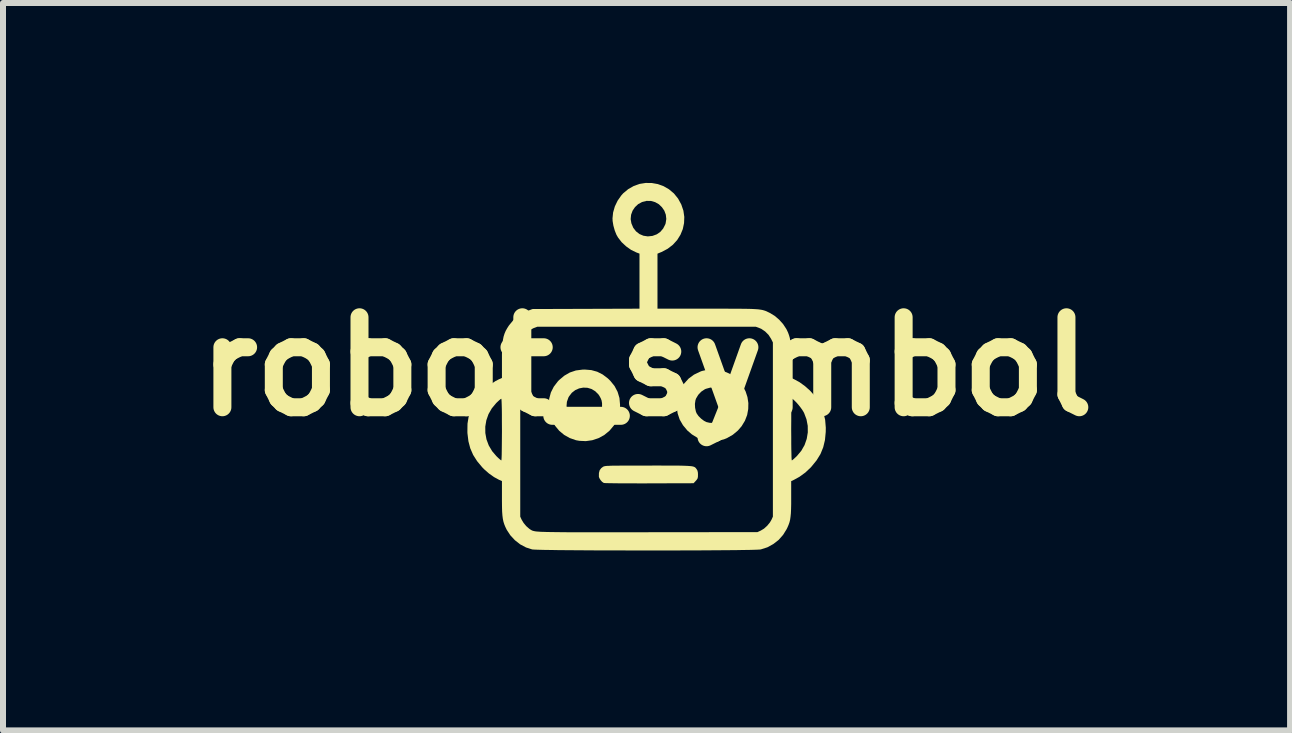
<source format=kicad_pcb>
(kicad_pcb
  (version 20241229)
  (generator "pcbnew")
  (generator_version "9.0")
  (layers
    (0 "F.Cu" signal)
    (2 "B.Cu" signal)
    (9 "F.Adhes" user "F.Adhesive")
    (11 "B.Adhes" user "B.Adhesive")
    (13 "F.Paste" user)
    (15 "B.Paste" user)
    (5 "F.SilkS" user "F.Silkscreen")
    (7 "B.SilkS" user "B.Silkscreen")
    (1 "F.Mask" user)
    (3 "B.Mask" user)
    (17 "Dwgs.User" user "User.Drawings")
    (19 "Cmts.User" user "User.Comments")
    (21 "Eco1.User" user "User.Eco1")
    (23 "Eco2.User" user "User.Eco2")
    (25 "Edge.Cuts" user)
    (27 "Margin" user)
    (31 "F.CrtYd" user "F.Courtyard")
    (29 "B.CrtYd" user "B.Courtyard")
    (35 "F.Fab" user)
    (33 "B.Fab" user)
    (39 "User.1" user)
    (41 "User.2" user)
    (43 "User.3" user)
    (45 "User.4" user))
  (footprint "robot_symbol"
    (layer "F.Cu")
    (at 7.729 3.061)
    (property "Reference" "robot_symbol" (at 0 0 0) (layer "F.SilkS") (effects (font (size 1.5 1.5) (thickness 0.3))))
    (attr board_only exclude_from_pos_files exclude_from_bom)
    (fp_poly (pts (xy 0.301 1.651) (xy 0.409 1.651) (xy 0.499 1.651) (xy 0.575 1.652) (xy 0.636 1.654) (xy 0.686 1.656) (xy 0.725 1.659) (xy 0.755 1.662) (xy 0.778 1.667) (xy 0.795 1.673) (xy 0.807 1.68) (xy 0.817 1.688) (xy 0.825 1.698) (xy 0.834 1.71) (xy 0.835 1.711) (xy 0.849 1.736) (xy 0.856 1.77) (xy 0.857 1.802) (xy 0.856 1.84) (xy 0.85 1.866) (xy 0.835 1.889) (xy 0.821 1.905) (xy 0.784 1.945) (xy 0.046 1.947) (xy -0.078 1.948) (xy -0.196 1.947) (xy -0.307 1.947) (xy -0.408 1.947) (xy -0.498 1.946) (xy -0.574 1.945) (xy -0.636 1.944) (xy -0.681 1.943) (xy -0.707 1.941) (xy -0.714 1.94) (xy -0.742 1.921) (xy -0.768 1.891) (xy -0.788 1.858) (xy -0.795 1.835) (xy -0.794 1.774) (xy -0.782 1.729) (xy -0.757 1.695) (xy -0.726 1.671) (xy -0.718 1.667) (xy -0.709 1.664) (xy -0.698 1.661) (xy -0.681 1.658) (xy -0.659 1.656) (xy -0.629 1.655) (xy -0.59 1.653) (xy -0.539 1.652) (xy -0.477 1.652) (xy -0.4 1.651) (xy -0.308 1.651) (xy -0.198 1.651) (xy -0.07 1.651) (xy 0.03 1.651) (xy 0.176 1.65)) (stroke (width 0) (type solid)) (fill yes) (layer "F.SilkS"))
    (fp_poly (pts (xy -0.921 0.059) (xy -0.823 0.086) (xy -0.732 0.132) (xy -0.646 0.197) (xy -0.603 0.239) (xy -0.533 0.326) (xy -0.483 0.421) (xy -0.452 0.524) (xy -0.442 0.636) (xy -0.443 0.681) (xy -0.458 0.79) (xy -0.491 0.889) (xy -0.543 0.98) (xy -0.615 1.066) (xy -0.621 1.072) (xy -0.706 1.142) (xy -0.802 1.194) (xy -0.905 1.228) (xy -1.012 1.243) (xy -1.121 1.238) (xy -1.177 1.228) (xy -1.28 1.192) (xy -1.374 1.139) (xy -1.456 1.071) (xy -1.524 0.989) (xy -1.578 0.897) (xy -1.614 0.797) (xy -1.631 0.69) (xy -1.632 0.658) (xy -1.334 0.658) (xy -1.323 0.726) (xy -1.297 0.788) (xy -1.258 0.843) (xy -1.207 0.888) (xy -1.148 0.921) (xy -1.081 0.939) (xy -1.009 0.94) (xy -0.934 0.923) (xy -0.93 0.922) (xy -0.875 0.892) (xy -0.823 0.848) (xy -0.78 0.797) (xy -0.766 0.773) (xy -0.751 0.726) (xy -0.742 0.669) (xy -0.742 0.611) (xy -0.75 0.565) (xy -0.764 0.529) (xy -0.786 0.489) (xy -0.802 0.465) (xy -0.856 0.411) (xy -0.918 0.374) (xy -0.985 0.354) (xy -1.055 0.351) (xy -1.124 0.364) (xy -1.189 0.393) (xy -1.246 0.437) (xy -1.292 0.497) (xy -1.302 0.514) (xy -1.328 0.587) (xy -1.334 0.658) (xy -1.632 0.658) (xy -1.633 0.649) (xy -1.623 0.535) (xy -1.595 0.431) (xy -1.547 0.336) (xy -1.479 0.247) (xy -1.458 0.225) (xy -1.371 0.152) (xy -1.279 0.099) (xy -1.178 0.065) (xy -1.068 0.051) (xy -1.029 0.05)) (stroke (width 0) (type solid)) (fill yes) (layer "F.SilkS"))
    (fp_poly (pts (xy 1.162 0.053) (xy 1.242 0.064) (xy 1.275 0.073) (xy 1.378 0.116) (xy 1.468 0.174) (xy 1.543 0.245) (xy 1.605 0.325) (xy 1.651 0.414) (xy 1.682 0.509) (xy 1.697 0.608) (xy 1.695 0.708) (xy 1.677 0.807) (xy 1.64 0.903) (xy 1.585 0.994) (xy 1.523 1.066) (xy 1.438 1.137) (xy 1.34 1.193) (xy 1.291 1.213) (xy 1.233 1.228) (xy 1.162 1.237) (xy 1.088 1.24) (xy 1.018 1.238) (xy 0.959 1.228) (xy 0.955 1.227) (xy 0.849 1.188) (xy 0.756 1.131) (xy 0.681 1.067) (xy 0.607 0.978) (xy 0.552 0.883) (xy 0.518 0.781) (xy 0.503 0.675) (xy 0.506 0.622) (xy 0.806 0.622) (xy 0.809 0.687) (xy 0.822 0.749) (xy 0.834 0.779) (xy 0.865 0.824) (xy 0.909 0.868) (xy 0.958 0.905) (xy 1 0.926) (xy 1.053 0.938) (xy 1.115 0.939) (xy 1.177 0.931) (xy 1.228 0.913) (xy 1.228 0.913) (xy 1.298 0.867) (xy 1.349 0.811) (xy 1.382 0.743) (xy 1.396 0.667) (xy 1.396 0.65) (xy 1.386 0.573) (xy 1.36 0.504) (xy 1.318 0.445) (xy 1.265 0.399) (xy 1.203 0.367) (xy 1.134 0.351) (xy 1.062 0.351) (xy 0.989 0.371) (xy 0.971 0.379) (xy 0.911 0.419) (xy 0.861 0.472) (xy 0.825 0.533) (xy 0.815 0.562) (xy 0.806 0.622) (xy 0.506 0.622) (xy 0.509 0.567) (xy 0.535 0.458) (xy 0.568 0.378) (xy 0.627 0.283) (xy 0.701 0.201) (xy 0.79 0.135) (xy 0.894 0.085) (xy 0.922 0.074) (xy 0.993 0.058) (xy 1.076 0.05)) (stroke (width 0) (type solid)) (fill yes) (layer "F.SilkS"))
    (fp_poly (pts (xy 0.087 -3.06) (xy 0.188 -3.042) (xy 0.284 -3.007) (xy 0.374 -2.955) (xy 0.455 -2.887) (xy 0.524 -2.802) (xy 0.525 -2.801) (xy 0.579 -2.702) (xy 0.614 -2.599) (xy 0.629 -2.495) (xy 0.625 -2.392) (xy 0.604 -2.292) (xy 0.565 -2.197) (xy 0.51 -2.109) (xy 0.438 -2.03) (xy 0.352 -1.964) (xy 0.251 -1.91) (xy 0.244 -1.908) (xy 0.182 -1.882) (xy 0.182 -1.423) (xy 0.182 -0.965) (xy 1.016 -0.965) (xy 1.175 -0.965) (xy 1.314 -0.965) (xy 1.434 -0.964) (xy 1.538 -0.964) (xy 1.627 -0.963) (xy 1.702 -0.962) (xy 1.765 -0.96) (xy 1.818 -0.957) (xy 1.861 -0.954) (xy 1.897 -0.949) (xy 1.928 -0.944) (xy 1.954 -0.937) (xy 1.977 -0.93) (xy 2 -0.921) (xy 2.022 -0.91) (xy 2.047 -0.898) (xy 2.057 -0.893) (xy 2.136 -0.845) (xy 2.211 -0.781) (xy 2.277 -0.707) (xy 2.329 -0.628) (xy 2.338 -0.611) (xy 2.359 -0.566) (xy 2.375 -0.522) (xy 2.388 -0.477) (xy 2.397 -0.427) (xy 2.404 -0.37) (xy 2.408 -0.301) (xy 2.411 -0.218) (xy 2.411 -0.118) (xy 2.411 -0.088) (xy 2.411 0.19) (xy 2.457 0.21) (xy 2.548 0.259) (xy 2.638 0.324) (xy 2.723 0.399) (xy 2.796 0.48) (xy 2.827 0.521) (xy 2.897 0.64) (xy 2.946 0.76) (xy 2.977 0.886) (xy 2.988 1.019) (xy 2.987 1.09) (xy 2.974 1.225) (xy 2.945 1.346) (xy 2.899 1.459) (xy 2.834 1.564) (xy 2.75 1.667) (xy 2.74 1.679) (xy 2.648 1.766) (xy 2.549 1.838) (xy 2.462 1.886) (xy 2.411 1.91) (xy 2.411 2.19) (xy 2.411 2.293) (xy 2.409 2.378) (xy 2.406 2.447) (xy 2.4 2.505) (xy 2.393 2.554) (xy 2.382 2.598) (xy 2.367 2.64) (xy 2.349 2.682) (xy 2.335 2.711) (xy 2.276 2.806) (xy 2.202 2.89) (xy 2.113 2.959) (xy 2.015 3.013) (xy 1.909 3.047) (xy 1.901 3.049) (xy 1.88 3.051) (xy 1.839 3.053) (xy 1.78 3.055) (xy 1.703 3.057) (xy 1.611 3.058) (xy 1.503 3.06) (xy 1.383 3.061) (xy 1.25 3.062) (xy 1.108 3.063) (xy 0.956 3.064) (xy 0.796 3.065) (xy 0.631 3.065) (xy 0.46 3.066) (xy 0.285 3.066) (xy 0.109 3.066) (xy -0.069 3.066) (xy -0.246 3.066) (xy -0.421 3.065) (xy -0.593 3.065) (xy -0.76 3.065) (xy -0.921 3.064) (xy -1.075 3.063) (xy -1.22 3.062) (xy -1.355 3.061) (xy -1.479 3.06) (xy -1.59 3.058) (xy -1.686 3.057) (xy -1.767 3.055) (xy -1.831 3.053) (xy -1.877 3.051) (xy -1.903 3.049) (xy -1.906 3.049) (xy -2.009 3.016) (xy -2.107 2.964) (xy -2.195 2.895) (xy -2.271 2.813) (xy -2.332 2.72) (xy -2.333 2.717) (xy -2.355 2.672) (xy -2.372 2.63) (xy -2.386 2.586) (xy -2.396 2.538) (xy -2.403 2.483) (xy -2.408 2.417) (xy -2.41 2.338) (xy -2.411 2.242) (xy -2.411 2.187) (xy -2.411 1.909) (xy -2.461 1.887) (xy -2.542 1.843) (xy -2.627 1.783) (xy -2.709 1.711) (xy -2.74 1.679) (xy -2.825 1.577) (xy -2.891 1.473) (xy -2.939 1.363) (xy -2.97 1.245) (xy -2.986 1.113) (xy -2.987 1.091) (xy -2.986 1.001) (xy -2.689 1.001) (xy -2.688 1.108) (xy -2.669 1.213) (xy -2.631 1.315) (xy -2.574 1.411) (xy -2.505 1.492) (xy -2.473 1.523) (xy -2.445 1.548) (xy -2.427 1.562) (xy -2.422 1.565) (xy -2.419 1.554) (xy -2.417 1.523) (xy -2.415 1.472) (xy -2.414 1.403) (xy -2.413 1.315) (xy -2.412 1.211) (xy -2.411 1.091) (xy -2.411 1.05) (xy -2.412 0.914) (xy -2.412 0.799) (xy -2.413 0.706) (xy -2.415 0.633) (xy -2.417 0.58) (xy -2.419 0.548) (xy -2.422 0.536) (xy -2.422 0.536) (xy -2.434 0.543) (xy -2.457 0.562) (xy -2.487 0.59) (xy -2.506 0.608) (xy -2.58 0.697) (xy -2.635 0.793) (xy -2.671 0.895) (xy -2.689 1.001) (xy -2.986 1.001) (xy -2.985 0.951) (xy -2.964 0.821) (xy -2.923 0.697) (xy -2.862 0.576) (xy -2.828 0.524) (xy -2.767 0.446) (xy -2.691 0.37) (xy -2.607 0.301) (xy -2.519 0.242) (xy -2.457 0.21) (xy -2.411 0.19) (xy -2.411 -0.088) (xy -2.411 -0.201) (xy -2.408 -0.296) (xy -2.403 -0.375) (xy -2.4 -0.402) (xy -2.106 -0.402) (xy -2.106 1.05) (xy -2.106 2.502) (xy -2.083 2.552) (xy -2.05 2.607) (xy -2.006 2.66) (xy -1.957 2.703) (xy -1.943 2.713) (xy -1.933 2.719) (xy -1.924 2.725) (xy -1.914 2.73) (xy -1.904 2.735) (xy -1.891 2.739) (xy -1.875 2.743) (xy -1.855 2.747) (xy -1.83 2.75) (xy -1.8 2.752) (xy -1.762 2.755) (xy -1.716 2.756) (xy -1.661 2.758) (xy -1.596 2.759) (xy -1.521 2.76) (xy -1.434 2.761) (xy -1.334 2.762) (xy -1.22 2.762) (xy -1.091 2.762) (xy -0.947 2.763) (xy -0.786 2.763) (xy -0.607 2.762) (xy -0.41 2.762) (xy -0.193 2.762) (xy 0.016 2.762) (xy 1.849 2.76) (xy 1.905 2.734) (xy 1.958 2.702) (xy 2.011 2.654) (xy 2.056 2.599) (xy 2.083 2.553) (xy 2.106 2.502) (xy 2.106 1.05) (xy 2.411 1.05) (xy 2.412 1.172) (xy 2.412 1.28) (xy 2.413 1.372) (xy 2.415 1.447) (xy 2.416 1.505) (xy 2.418 1.544) (xy 2.421 1.563) (xy 2.422 1.565) (xy 2.433 1.558) (xy 2.456 1.539) (xy 2.486 1.511) (xy 2.506 1.492) (xy 2.579 1.405) (xy 2.634 1.309) (xy 2.67 1.206) (xy 2.688 1.098) (xy 2.687 0.988) (xy 2.666 0.879) (xy 2.626 0.773) (xy 2.617 0.757) (xy 2.596 0.722) (xy 2.567 0.682) (xy 2.534 0.64) (xy 2.5 0.601) (xy 2.468 0.569) (xy 2.442 0.545) (xy 2.425 0.536) (xy 2.424 0.536) (xy 2.42 0.542) (xy 2.418 0.563) (xy 2.416 0.598) (xy 2.414 0.648) (xy 2.413 0.716) (xy 2.412 0.802) (xy 2.412 0.907) (xy 2.411 1.032) (xy 2.411 1.05) (xy 2.106 1.05) (xy 2.106 -0.402) (xy 2.076 -0.462) (xy 2.034 -0.528) (xy 1.977 -0.585) (xy 1.912 -0.629) (xy 1.883 -0.641) (xy 1.821 -0.664) (xy -0.000001 -0.664) (xy -1.821 -0.664) (xy -1.883 -0.641) (xy -1.95 -0.606) (xy -2.011 -0.554) (xy -2.06 -0.492) (xy -2.076 -0.462) (xy -2.106 -0.402) (xy -2.4 -0.402) (xy -2.395 -0.441) (xy -2.384 -0.498) (xy -2.368 -0.549) (xy -2.348 -0.596) (xy -2.322 -0.642) (xy -2.295 -0.684) (xy -2.223 -0.772) (xy -2.136 -0.846) (xy -2.033 -0.906) (xy -1.973 -0.932) (xy -1.902 -0.959) (xy -1.01 -0.962) (xy -0.118 -0.965) (xy -0.118 -1.424) (xy -0.118 -1.883) (xy -0.169 -1.902) (xy -0.258 -1.945) (xy -0.341 -2.004) (xy -0.416 -2.074) (xy -0.476 -2.152) (xy -0.503 -2.199) (xy -0.531 -2.27) (xy -0.553 -2.349) (xy -0.566 -2.427) (xy -0.567 -2.458) (xy -0.265 -2.458) (xy -0.253 -2.388) (xy -0.222 -2.314) (xy -0.176 -2.254) (xy -0.118 -2.209) (xy -0.052 -2.181) (xy 0.021 -2.17) (xy 0.098 -2.178) (xy 0.169 -2.204) (xy 0.228 -2.244) (xy 0.276 -2.3) (xy 0.311 -2.368) (xy 0.318 -2.388) (xy 0.329 -2.461) (xy 0.321 -2.532) (xy 0.296 -2.599) (xy 0.256 -2.657) (xy 0.205 -2.706) (xy 0.143 -2.741) (xy 0.074 -2.761) (xy -0.000216 -2.762) (xy -0.000451 -2.762) (xy -0.075 -2.743) (xy -0.14 -2.708) (xy -0.193 -2.658) (xy -0.233 -2.599) (xy -0.258 -2.531) (xy -0.265 -2.458) (xy -0.567 -2.458) (xy -0.568 -2.468) (xy -0.558 -2.568) (xy -0.529 -2.669) (xy -0.483 -2.765) (xy -0.422 -2.852) (xy -0.39 -2.888) (xy -0.306 -2.958) (xy -0.214 -3.01) (xy -0.116 -3.045) (xy -0.015 -3.061)) (stroke (width 0) (type solid)) (fill yes) (layer "F.SilkS")))
  (gr_rect
    (start -3 -3)
    (end 18.457 9.127)
    (stroke (width 0.1) (type default))
    (fill no)
    (layer "Edge.Cuts")))
</source>
